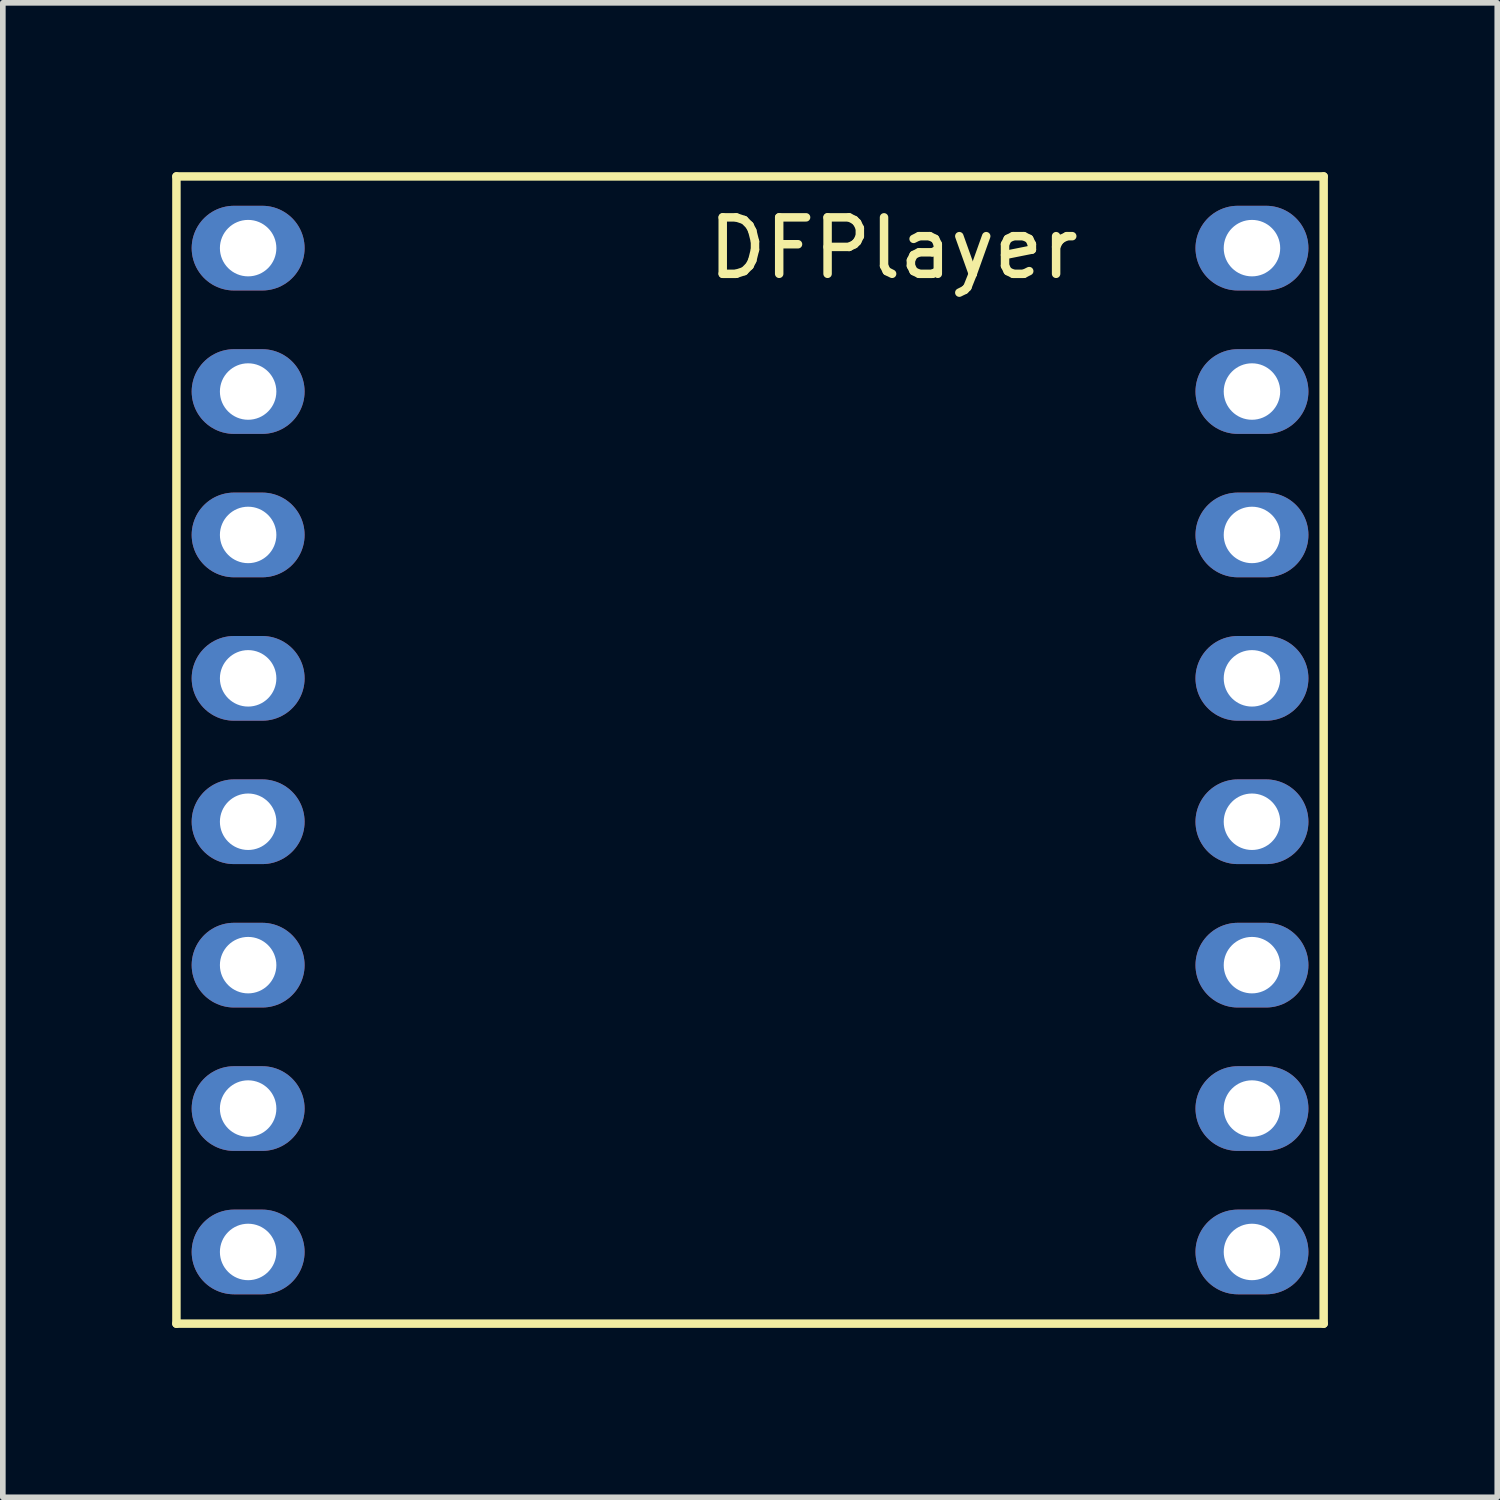
<source format=kicad_pcb>
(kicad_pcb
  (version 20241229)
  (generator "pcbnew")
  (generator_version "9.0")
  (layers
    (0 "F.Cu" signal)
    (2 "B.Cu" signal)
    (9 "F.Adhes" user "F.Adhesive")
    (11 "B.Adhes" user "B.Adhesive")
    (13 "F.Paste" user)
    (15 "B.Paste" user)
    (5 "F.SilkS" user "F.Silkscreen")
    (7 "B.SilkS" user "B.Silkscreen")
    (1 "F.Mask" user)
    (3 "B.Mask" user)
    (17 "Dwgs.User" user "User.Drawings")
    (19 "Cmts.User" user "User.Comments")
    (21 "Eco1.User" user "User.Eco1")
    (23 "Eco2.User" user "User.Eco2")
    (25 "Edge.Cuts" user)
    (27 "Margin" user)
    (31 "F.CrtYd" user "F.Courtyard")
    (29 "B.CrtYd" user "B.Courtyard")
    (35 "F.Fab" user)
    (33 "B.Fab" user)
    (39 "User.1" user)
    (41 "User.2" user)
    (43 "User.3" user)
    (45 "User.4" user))
  (footprint "DFPlayer"
    (layer "F.Cu")
    (at 1.345 1.345)
    (property "Reference" "DFPlayer" (at 11.43 0 0) (layer "F.SilkS") (effects (font (size 1 1) (thickness 0.15))))
    (attr through_hole)
    (fp_line (start -1.27 -1.27) (end -1.27 19.05) (stroke (width 0.15) (type solid)) (layer "F.SilkS"))
    (fp_line (start -1.27 19.05) (end 19.05 19.05) (stroke (width 0.15) (type solid)) (layer "F.SilkS"))
    (fp_line (start 19.05 -1.27) (end -1.27 -1.27) (stroke (width 0.15) (type solid)) (layer "F.SilkS"))
    (fp_line (start 19.05 19.05) (end 19.05 -1.27) (stroke (width 0.15) (type solid)) (layer "F.SilkS"))
    (pad "1" thru_hole oval (at 0 0) (size 2 1.5) (drill 1) (layers "*.Cu" "*.Mask"))
    (pad "2" thru_hole oval (at 0 2.54) (size 2 1.5) (drill 1) (layers "*.Cu" "*.Mask"))
    (pad "3" thru_hole oval (at 0 5.08) (size 2 1.5) (drill 1) (layers "*.Cu" "*.Mask"))
    (pad "4" thru_hole oval (at 0 7.62) (size 2 1.5) (drill 1) (layers "*.Cu" "*.Mask"))
    (pad "5" thru_hole oval (at 0 10.16) (size 2 1.5) (drill 1) (layers "*.Cu" "*.Mask"))
    (pad "6" thru_hole oval (at 0 12.7) (size 2 1.5) (drill 1) (layers "*.Cu" "*.Mask"))
    (pad "7" thru_hole oval (at 0 15.24) (size 2 1.5) (drill 1) (layers "*.Cu" "*.Mask"))
    (pad "8" thru_hole oval (at 0 17.78) (size 2 1.5) (drill 1) (layers "*.Cu" "*.Mask"))
    (pad "9" thru_hole oval (at 17.78 17.78) (size 2 1.5) (drill 1) (layers "*.Cu" "*.Mask"))
    (pad "10" thru_hole oval (at 17.78 15.24) (size 2 1.5) (drill 1) (layers "*.Cu" "*.Mask"))
    (pad "11" thru_hole oval (at 17.78 12.7) (size 2 1.5) (drill 1) (layers "*.Cu" "*.Mask"))
    (pad "12" thru_hole oval (at 17.78 10.16) (size 2 1.5) (drill 1) (layers "*.Cu" "*.Mask"))
    (pad "13" thru_hole oval (at 17.78 7.62) (size 2 1.5) (drill 1) (layers "*.Cu" "*.Mask"))
    (pad "14" thru_hole oval (at 17.78 5.08) (size 2 1.5) (drill 1) (layers "*.Cu" "*.Mask"))
    (pad "15" thru_hole oval (at 17.78 2.54) (size 2 1.5) (drill 1) (layers "*.Cu" "*.Mask"))
    (pad "16" thru_hole oval (at 17.78 0) (size 2 1.5) (drill 1) (layers "*.Cu" "*.Mask")))
  (gr_rect
    (start -3 -3)
    (end 23.47 23.47)
    (stroke (width 0.1) (type default))
    (fill no)
    (layer "Edge.Cuts")))
</source>
